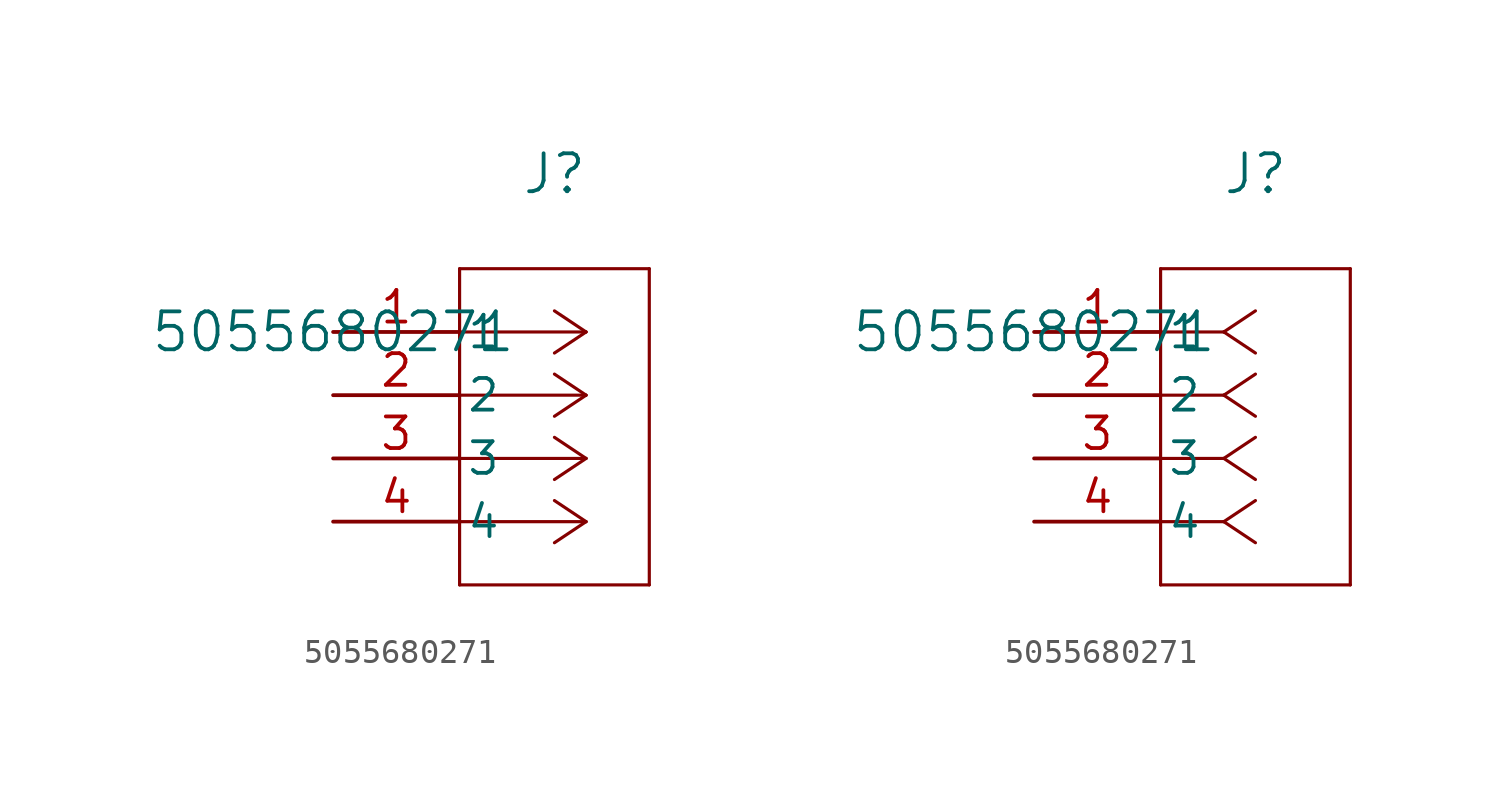
<source format=kicad_sym>
(kicad_symbol_lib
  (version 20211014)
  (generator kicad_symbol_editor)
  (symbol "5055680271"
    (pin_names
      (offset 0.254))
    (property "Reference" "J"
      (at 8.89 6.35 0)
      (effects (font (size 1.524 1.524))))
    (property "Value" "5055680271"
      (at 0 0 0)
      (effects (font (size 1.524 1.524))))
    (symbol "5055680271_1_1"
      (polyline (pts (xy 10.16 0) (xy 5.08 0)) (stroke (width 0.127) (type default) (color 0 0 0 0)) (fill (type none)))
      (polyline (pts (xy 10.16 -2.54) (xy 5.08 -2.54)) (stroke (width 0.127) (type default) (color 0 0 0 0)) (fill (type none)))
      (polyline (pts (xy 10.16 -5.08) (xy 5.08 -5.08)) (stroke (width 0.127) (type default) (color 0 0 0 0)) (fill (type none)))
      (polyline (pts (xy 10.16 -7.62) (xy 5.08 -7.62)) (stroke (width 0.127) (type default) (color 0 0 0 0)) (fill (type none)))
      (polyline (pts (xy 10.16 0) (xy 8.89 0.847)) (stroke (width 0.127) (type default) (color 0 0 0 0)) (fill (type none)))
      (polyline (pts (xy 10.16 -2.54) (xy 8.89 -1.693)) (stroke (width 0.127) (type default) (color 0 0 0 0)) (fill (type none)))
      (polyline (pts (xy 10.16 -5.08) (xy 8.89 -4.233)) (stroke (width 0.127) (type default) (color 0 0 0 0)) (fill (type none)))
      (polyline (pts (xy 10.16 -7.62) (xy 8.89 -6.773)) (stroke (width 0.127) (type default) (color 0 0 0 0)) (fill (type none)))
      (polyline (pts (xy 10.16 0) (xy 8.89 -0.847)) (stroke (width 0.127) (type default) (color 0 0 0 0)) (fill (type none)))
      (polyline (pts (xy 10.16 -2.54) (xy 8.89 -3.387)) (stroke (width 0.127) (type default) (color 0 0 0 0)) (fill (type none)))
      (polyline (pts (xy 10.16 -5.08) (xy 8.89 -5.927)) (stroke (width 0.127) (type default) (color 0 0 0 0)) (fill (type none)))
      (polyline (pts (xy 10.16 -7.62) (xy 8.89 -8.467)) (stroke (width 0.127) (type default) (color 0 0 0 0)) (fill (type none)))
      (polyline (pts (xy 5.08 2.54) (xy 5.08 -10.16)) (stroke (width 0.127) (type default) (color 0 0 0 0)) (fill (type none)))
      (polyline (pts (xy 5.08 -10.16) (xy 12.7 -10.16)) (stroke (width 0.127) (type default) (color 0 0 0 0)) (fill (type none)))
      (polyline (pts (xy 12.7 -10.16) (xy 12.7 2.54)) (stroke (width 0.127) (type default) (color 0 0 0 0)) (fill (type none)))
      (polyline (pts (xy 12.7 2.54) (xy 5.08 2.54)) (stroke (width 0.127) (type default) (color 0 0 0 0)) (fill (type none)))
      (pin unspecified line (at 0 0 0) (length 5.08) (name "1" (effects (font (size 1.27 1.27)))) (number "1" (effects (font (size 1.27 1.27)))))
      (pin unspecified line (at 0 -2.54 0) (length 5.08) (name "2" (effects (font (size 1.27 1.27)))) (number "2" (effects (font (size 1.27 1.27)))))
      (pin unspecified line (at 0 -5.08 0) (length 5.08) (name "3" (effects (font (size 1.27 1.27)))) (number "3" (effects (font (size 1.27 1.27)))))
      (pin unspecified line (at 0 -7.62 0) (length 5.08) (name "4" (effects (font (size 1.27 1.27)))) (number "4" (effects (font (size 1.27 1.27))))))
    (symbol "5055680271_1_2"
      (polyline (pts (xy 7.62 0) (xy 5.08 0)) (stroke (width 0.127) (type default) (color 0 0 0 0)) (fill (type none)))
      (polyline (pts (xy 7.62 -2.54) (xy 5.08 -2.54)) (stroke (width 0.127) (type default) (color 0 0 0 0)) (fill (type none)))
      (polyline (pts (xy 7.62 -5.08) (xy 5.08 -5.08)) (stroke (width 0.127) (type default) (color 0 0 0 0)) (fill (type none)))
      (polyline (pts (xy 7.62 -7.62) (xy 5.08 -7.62)) (stroke (width 0.127) (type default) (color 0 0 0 0)) (fill (type none)))
      (polyline (pts (xy 7.62 0) (xy 8.89 0.847)) (stroke (width 0.127) (type default) (color 0 0 0 0)) (fill (type none)))
      (polyline (pts (xy 7.62 -2.54) (xy 8.89 -1.693)) (stroke (width 0.127) (type default) (color 0 0 0 0)) (fill (type none)))
      (polyline (pts (xy 7.62 -5.08) (xy 8.89 -4.233)) (stroke (width 0.127) (type default) (color 0 0 0 0)) (fill (type none)))
      (polyline (pts (xy 7.62 -7.62) (xy 8.89 -6.773)) (stroke (width 0.127) (type default) (color 0 0 0 0)) (fill (type none)))
      (polyline (pts (xy 7.62 0) (xy 8.89 -0.847)) (stroke (width 0.127) (type default) (color 0 0 0 0)) (fill (type none)))
      (polyline (pts (xy 7.62 -2.54) (xy 8.89 -3.387)) (stroke (width 0.127) (type default) (color 0 0 0 0)) (fill (type none)))
      (polyline (pts (xy 7.62 -5.08) (xy 8.89 -5.927)) (stroke (width 0.127) (type default) (color 0 0 0 0)) (fill (type none)))
      (polyline (pts (xy 7.62 -7.62) (xy 8.89 -8.467)) (stroke (width 0.127) (type default) (color 0 0 0 0)) (fill (type none)))
      (polyline (pts (xy 5.08 2.54) (xy 5.08 -10.16)) (stroke (width 0.127) (type default) (color 0 0 0 0)) (fill (type none)))
      (polyline (pts (xy 5.08 -10.16) (xy 12.7 -10.16)) (stroke (width 0.127) (type default) (color 0 0 0 0)) (fill (type none)))
      (polyline (pts (xy 12.7 -10.16) (xy 12.7 2.54)) (stroke (width 0.127) (type default) (color 0 0 0 0)) (fill (type none)))
      (polyline (pts (xy 12.7 2.54) (xy 5.08 2.54)) (stroke (width 0.127) (type default) (color 0 0 0 0)) (fill (type none)))
      (pin unspecified line (at 0 0 0) (length 5.08) (name "1" (effects (font (size 1.27 1.27)))) (number "1" (effects (font (size 1.27 1.27)))))
      (pin unspecified line (at 0 -2.54 0) (length 5.08) (name "2" (effects (font (size 1.27 1.27)))) (number "2" (effects (font (size 1.27 1.27)))))
      (pin unspecified line (at 0 -5.08 0) (length 5.08) (name "3" (effects (font (size 1.27 1.27)))) (number "3" (effects (font (size 1.27 1.27)))))
      (pin unspecified line (at 0 -7.62 0) (length 5.08) (name "4" (effects (font (size 1.27 1.27)))) (number "4" (effects (font (size 1.27 1.27))))))))
</source>
